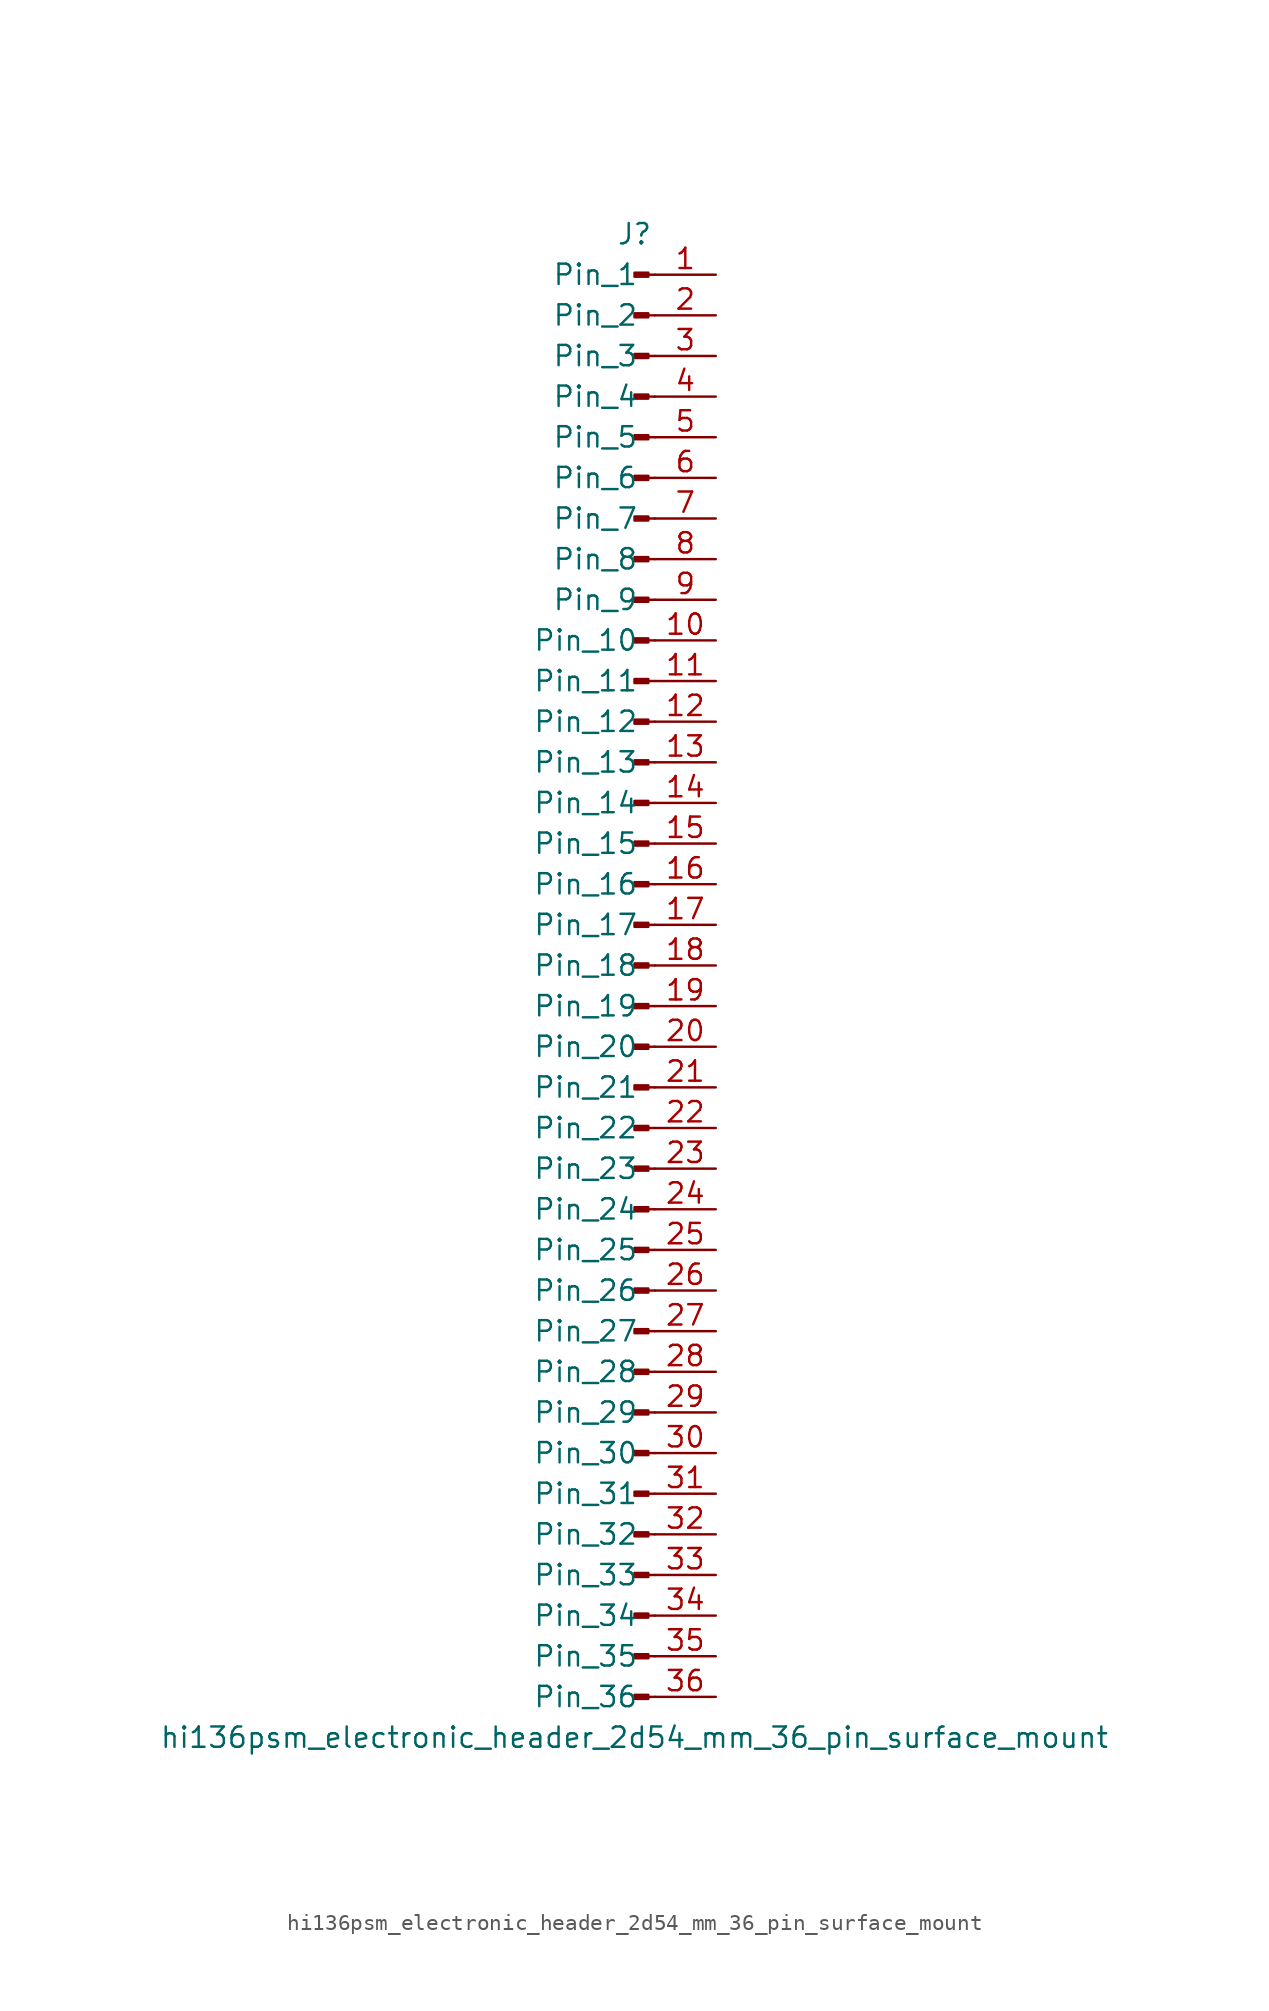
<source format=kicad_sym>
(kicad_symbol_lib
  (version 20220914)
  (generator kicad_symbol_editor)
  (symbol "hi136psm_electronic_header_2d54_mm_36_pin_surface_mount"
    (pin_names
      (offset 1.016))
    (property "Reference" "J"
      (at 0 45.72 0)
      (effects (font (size 1.27 1.27))))
    (property "Value" "hi136psm_electronic_header_2d54_mm_36_pin_surface_mount"
      (at 0 -48.26 0)
      (effects (font (size 1.27 1.27))))
    (property "ki_locked" ""
      (at 0 0 0)
      (effects (font (size 1.27 1.27))))
    (symbol "hi136psm_electronic_header_2d54_mm_36_pin_surface_mount_1_1"
      (polyline (pts (xy 1.27 -45.72) (xy 0.864 -45.72)) (stroke (width 0.152) (type default)) (fill (type none)))
      (polyline (pts (xy 1.27 -43.18) (xy 0.864 -43.18)) (stroke (width 0.152) (type default)) (fill (type none)))
      (polyline (pts (xy 1.27 -40.64) (xy 0.864 -40.64)) (stroke (width 0.152) (type default)) (fill (type none)))
      (polyline (pts (xy 1.27 -38.1) (xy 0.864 -38.1)) (stroke (width 0.152) (type default)) (fill (type none)))
      (polyline (pts (xy 1.27 -35.56) (xy 0.864 -35.56)) (stroke (width 0.152) (type default)) (fill (type none)))
      (polyline (pts (xy 1.27 -33.02) (xy 0.864 -33.02)) (stroke (width 0.152) (type default)) (fill (type none)))
      (polyline (pts (xy 1.27 -30.48) (xy 0.864 -30.48)) (stroke (width 0.152) (type default)) (fill (type none)))
      (polyline (pts (xy 1.27 -27.94) (xy 0.864 -27.94)) (stroke (width 0.152) (type default)) (fill (type none)))
      (polyline (pts (xy 1.27 -25.4) (xy 0.864 -25.4)) (stroke (width 0.152) (type default)) (fill (type none)))
      (polyline (pts (xy 1.27 -22.86) (xy 0.864 -22.86)) (stroke (width 0.152) (type default)) (fill (type none)))
      (polyline (pts (xy 1.27 -20.32) (xy 0.864 -20.32)) (stroke (width 0.152) (type default)) (fill (type none)))
      (polyline (pts (xy 1.27 -17.78) (xy 0.864 -17.78)) (stroke (width 0.152) (type default)) (fill (type none)))
      (polyline (pts (xy 1.27 -15.24) (xy 0.864 -15.24)) (stroke (width 0.152) (type default)) (fill (type none)))
      (polyline (pts (xy 1.27 -12.7) (xy 0.864 -12.7)) (stroke (width 0.152) (type default)) (fill (type none)))
      (polyline (pts (xy 1.27 -10.16) (xy 0.864 -10.16)) (stroke (width 0.152) (type default)) (fill (type none)))
      (polyline (pts (xy 1.27 -7.62) (xy 0.864 -7.62)) (stroke (width 0.152) (type default)) (fill (type none)))
      (polyline (pts (xy 1.27 -5.08) (xy 0.864 -5.08)) (stroke (width 0.152) (type default)) (fill (type none)))
      (polyline (pts (xy 1.27 -2.54) (xy 0.864 -2.54)) (stroke (width 0.152) (type default)) (fill (type none)))
      (polyline (pts (xy 1.27 0) (xy 0.864 0)) (stroke (width 0.152) (type default)) (fill (type none)))
      (polyline (pts (xy 1.27 2.54) (xy 0.864 2.54)) (stroke (width 0.152) (type default)) (fill (type none)))
      (polyline (pts (xy 1.27 5.08) (xy 0.864 5.08)) (stroke (width 0.152) (type default)) (fill (type none)))
      (polyline (pts (xy 1.27 7.62) (xy 0.864 7.62)) (stroke (width 0.152) (type default)) (fill (type none)))
      (polyline (pts (xy 1.27 10.16) (xy 0.864 10.16)) (stroke (width 0.152) (type default)) (fill (type none)))
      (polyline (pts (xy 1.27 12.7) (xy 0.864 12.7)) (stroke (width 0.152) (type default)) (fill (type none)))
      (polyline (pts (xy 1.27 15.24) (xy 0.864 15.24)) (stroke (width 0.152) (type default)) (fill (type none)))
      (polyline (pts (xy 1.27 17.78) (xy 0.864 17.78)) (stroke (width 0.152) (type default)) (fill (type none)))
      (polyline (pts (xy 1.27 20.32) (xy 0.864 20.32)) (stroke (width 0.152) (type default)) (fill (type none)))
      (polyline (pts (xy 1.27 22.86) (xy 0.864 22.86)) (stroke (width 0.152) (type default)) (fill (type none)))
      (polyline (pts (xy 1.27 25.4) (xy 0.864 25.4)) (stroke (width 0.152) (type default)) (fill (type none)))
      (polyline (pts (xy 1.27 27.94) (xy 0.864 27.94)) (stroke (width 0.152) (type default)) (fill (type none)))
      (polyline (pts (xy 1.27 30.48) (xy 0.864 30.48)) (stroke (width 0.152) (type default)) (fill (type none)))
      (polyline (pts (xy 1.27 33.02) (xy 0.864 33.02)) (stroke (width 0.152) (type default)) (fill (type none)))
      (polyline (pts (xy 1.27 35.56) (xy 0.864 35.56)) (stroke (width 0.152) (type default)) (fill (type none)))
      (polyline (pts (xy 1.27 38.1) (xy 0.864 38.1)) (stroke (width 0.152) (type default)) (fill (type none)))
      (polyline (pts (xy 1.27 40.64) (xy 0.864 40.64)) (stroke (width 0.152) (type default)) (fill (type none)))
      (polyline (pts (xy 1.27 43.18) (xy 0.864 43.18)) (stroke (width 0.152) (type default)) (fill (type none)))
      (rectangle (start 0.864 -45.593) (end 0 -45.847) (stroke (width 0.152) (type default)) (fill (type outline)))
      (rectangle (start 0.864 -43.053) (end 0 -43.307) (stroke (width 0.152) (type default)) (fill (type outline)))
      (rectangle (start 0.864 -40.513) (end 0 -40.767) (stroke (width 0.152) (type default)) (fill (type outline)))
      (rectangle (start 0.864 -37.973) (end 0 -38.227) (stroke (width 0.152) (type default)) (fill (type outline)))
      (rectangle (start 0.864 -35.433) (end 0 -35.687) (stroke (width 0.152) (type default)) (fill (type outline)))
      (rectangle (start 0.864 -32.893) (end 0 -33.147) (stroke (width 0.152) (type default)) (fill (type outline)))
      (rectangle (start 0.864 -30.353) (end 0 -30.607) (stroke (width 0.152) (type default)) (fill (type outline)))
      (rectangle (start 0.864 -27.813) (end 0 -28.067) (stroke (width 0.152) (type default)) (fill (type outline)))
      (rectangle (start 0.864 -25.273) (end 0 -25.527) (stroke (width 0.152) (type default)) (fill (type outline)))
      (rectangle (start 0.864 -22.733) (end 0 -22.987) (stroke (width 0.152) (type default)) (fill (type outline)))
      (rectangle (start 0.864 -20.193) (end 0 -20.447) (stroke (width 0.152) (type default)) (fill (type outline)))
      (rectangle (start 0.864 -17.653) (end 0 -17.907) (stroke (width 0.152) (type default)) (fill (type outline)))
      (rectangle (start 0.864 -15.113) (end 0 -15.367) (stroke (width 0.152) (type default)) (fill (type outline)))
      (rectangle (start 0.864 -12.573) (end 0 -12.827) (stroke (width 0.152) (type default)) (fill (type outline)))
      (rectangle (start 0.864 -10.033) (end 0 -10.287) (stroke (width 0.152) (type default)) (fill (type outline)))
      (rectangle (start 0.864 -7.493) (end 0 -7.747) (stroke (width 0.152) (type default)) (fill (type outline)))
      (rectangle (start 0.864 -4.953) (end 0 -5.207) (stroke (width 0.152) (type default)) (fill (type outline)))
      (rectangle (start 0.864 -2.413) (end 0 -2.667) (stroke (width 0.152) (type default)) (fill (type outline)))
      (rectangle (start 0.864 0.127) (end 0 -0.127) (stroke (width 0.152) (type default)) (fill (type outline)))
      (rectangle (start 0.864 2.667) (end 0 2.413) (stroke (width 0.152) (type default)) (fill (type outline)))
      (rectangle (start 0.864 5.207) (end 0 4.953) (stroke (width 0.152) (type default)) (fill (type outline)))
      (rectangle (start 0.864 7.747) (end 0 7.493) (stroke (width 0.152) (type default)) (fill (type outline)))
      (rectangle (start 0.864 10.287) (end 0 10.033) (stroke (width 0.152) (type default)) (fill (type outline)))
      (rectangle (start 0.864 12.827) (end 0 12.573) (stroke (width 0.152) (type default)) (fill (type outline)))
      (rectangle (start 0.864 15.367) (end 0 15.113) (stroke (width 0.152) (type default)) (fill (type outline)))
      (rectangle (start 0.864 17.907) (end 0 17.653) (stroke (width 0.152) (type default)) (fill (type outline)))
      (rectangle (start 0.864 20.447) (end 0 20.193) (stroke (width 0.152) (type default)) (fill (type outline)))
      (rectangle (start 0.864 22.987) (end 0 22.733) (stroke (width 0.152) (type default)) (fill (type outline)))
      (rectangle (start 0.864 25.527) (end 0 25.273) (stroke (width 0.152) (type default)) (fill (type outline)))
      (rectangle (start 0.864 28.067) (end 0 27.813) (stroke (width 0.152) (type default)) (fill (type outline)))
      (rectangle (start 0.864 30.607) (end 0 30.353) (stroke (width 0.152) (type default)) (fill (type outline)))
      (rectangle (start 0.864 33.147) (end 0 32.893) (stroke (width 0.152) (type default)) (fill (type outline)))
      (rectangle (start 0.864 35.687) (end 0 35.433) (stroke (width 0.152) (type default)) (fill (type outline)))
      (rectangle (start 0.864 38.227) (end 0 37.973) (stroke (width 0.152) (type default)) (fill (type outline)))
      (rectangle (start 0.864 40.767) (end 0 40.513) (stroke (width 0.152) (type default)) (fill (type outline)))
      (rectangle (start 0.864 43.307) (end 0 43.053) (stroke (width 0.152) (type default)) (fill (type outline)))
      (pin passive line (at 5.08 43.18 180) (length 3.81) (name "Pin_1" (effects (font (size 1.27 1.27)))) (number "1" (effects (font (size 1.27 1.27)))))
      (pin passive line (at 5.08 20.32 180) (length 3.81) (name "Pin_10" (effects (font (size 1.27 1.27)))) (number "10" (effects (font (size 1.27 1.27)))))
      (pin passive line (at 5.08 17.78 180) (length 3.81) (name "Pin_11" (effects (font (size 1.27 1.27)))) (number "11" (effects (font (size 1.27 1.27)))))
      (pin passive line (at 5.08 15.24 180) (length 3.81) (name "Pin_12" (effects (font (size 1.27 1.27)))) (number "12" (effects (font (size 1.27 1.27)))))
      (pin passive line (at 5.08 12.7 180) (length 3.81) (name "Pin_13" (effects (font (size 1.27 1.27)))) (number "13" (effects (font (size 1.27 1.27)))))
      (pin passive line (at 5.08 10.16 180) (length 3.81) (name "Pin_14" (effects (font (size 1.27 1.27)))) (number "14" (effects (font (size 1.27 1.27)))))
      (pin passive line (at 5.08 7.62 180) (length 3.81) (name "Pin_15" (effects (font (size 1.27 1.27)))) (number "15" (effects (font (size 1.27 1.27)))))
      (pin passive line (at 5.08 5.08 180) (length 3.81) (name "Pin_16" (effects (font (size 1.27 1.27)))) (number "16" (effects (font (size 1.27 1.27)))))
      (pin passive line (at 5.08 2.54 180) (length 3.81) (name "Pin_17" (effects (font (size 1.27 1.27)))) (number "17" (effects (font (size 1.27 1.27)))))
      (pin passive line (at 5.08 0 180) (length 3.81) (name "Pin_18" (effects (font (size 1.27 1.27)))) (number "18" (effects (font (size 1.27 1.27)))))
      (pin passive line (at 5.08 -2.54 180) (length 3.81) (name "Pin_19" (effects (font (size 1.27 1.27)))) (number "19" (effects (font (size 1.27 1.27)))))
      (pin passive line (at 5.08 40.64 180) (length 3.81) (name "Pin_2" (effects (font (size 1.27 1.27)))) (number "2" (effects (font (size 1.27 1.27)))))
      (pin passive line (at 5.08 -5.08 180) (length 3.81) (name "Pin_20" (effects (font (size 1.27 1.27)))) (number "20" (effects (font (size 1.27 1.27)))))
      (pin passive line (at 5.08 -7.62 180) (length 3.81) (name "Pin_21" (effects (font (size 1.27 1.27)))) (number "21" (effects (font (size 1.27 1.27)))))
      (pin passive line (at 5.08 -10.16 180) (length 3.81) (name "Pin_22" (effects (font (size 1.27 1.27)))) (number "22" (effects (font (size 1.27 1.27)))))
      (pin passive line (at 5.08 -12.7 180) (length 3.81) (name "Pin_23" (effects (font (size 1.27 1.27)))) (number "23" (effects (font (size 1.27 1.27)))))
      (pin passive line (at 5.08 -15.24 180) (length 3.81) (name "Pin_24" (effects (font (size 1.27 1.27)))) (number "24" (effects (font (size 1.27 1.27)))))
      (pin passive line (at 5.08 -17.78 180) (length 3.81) (name "Pin_25" (effects (font (size 1.27 1.27)))) (number "25" (effects (font (size 1.27 1.27)))))
      (pin passive line (at 5.08 -20.32 180) (length 3.81) (name "Pin_26" (effects (font (size 1.27 1.27)))) (number "26" (effects (font (size 1.27 1.27)))))
      (pin passive line (at 5.08 -22.86 180) (length 3.81) (name "Pin_27" (effects (font (size 1.27 1.27)))) (number "27" (effects (font (size 1.27 1.27)))))
      (pin passive line (at 5.08 -25.4 180) (length 3.81) (name "Pin_28" (effects (font (size 1.27 1.27)))) (number "28" (effects (font (size 1.27 1.27)))))
      (pin passive line (at 5.08 -27.94 180) (length 3.81) (name "Pin_29" (effects (font (size 1.27 1.27)))) (number "29" (effects (font (size 1.27 1.27)))))
      (pin passive line (at 5.08 38.1 180) (length 3.81) (name "Pin_3" (effects (font (size 1.27 1.27)))) (number "3" (effects (font (size 1.27 1.27)))))
      (pin passive line (at 5.08 -30.48 180) (length 3.81) (name "Pin_30" (effects (font (size 1.27 1.27)))) (number "30" (effects (font (size 1.27 1.27)))))
      (pin passive line (at 5.08 -33.02 180) (length 3.81) (name "Pin_31" (effects (font (size 1.27 1.27)))) (number "31" (effects (font (size 1.27 1.27)))))
      (pin passive line (at 5.08 -35.56 180) (length 3.81) (name "Pin_32" (effects (font (size 1.27 1.27)))) (number "32" (effects (font (size 1.27 1.27)))))
      (pin passive line (at 5.08 -38.1 180) (length 3.81) (name "Pin_33" (effects (font (size 1.27 1.27)))) (number "33" (effects (font (size 1.27 1.27)))))
      (pin passive line (at 5.08 -40.64 180) (length 3.81) (name "Pin_34" (effects (font (size 1.27 1.27)))) (number "34" (effects (font (size 1.27 1.27)))))
      (pin passive line (at 5.08 -43.18 180) (length 3.81) (name "Pin_35" (effects (font (size 1.27 1.27)))) (number "35" (effects (font (size 1.27 1.27)))))
      (pin passive line (at 5.08 -45.72 180) (length 3.81) (name "Pin_36" (effects (font (size 1.27 1.27)))) (number "36" (effects (font (size 1.27 1.27)))))
      (pin passive line (at 5.08 35.56 180) (length 3.81) (name "Pin_4" (effects (font (size 1.27 1.27)))) (number "4" (effects (font (size 1.27 1.27)))))
      (pin passive line (at 5.08 33.02 180) (length 3.81) (name "Pin_5" (effects (font (size 1.27 1.27)))) (number "5" (effects (font (size 1.27 1.27)))))
      (pin passive line (at 5.08 30.48 180) (length 3.81) (name "Pin_6" (effects (font (size 1.27 1.27)))) (number "6" (effects (font (size 1.27 1.27)))))
      (pin passive line (at 5.08 27.94 180) (length 3.81) (name "Pin_7" (effects (font (size 1.27 1.27)))) (number "7" (effects (font (size 1.27 1.27)))))
      (pin passive line (at 5.08 25.4 180) (length 3.81) (name "Pin_8" (effects (font (size 1.27 1.27)))) (number "8" (effects (font (size 1.27 1.27)))))
      (pin passive line (at 5.08 22.86 180) (length 3.81) (name "Pin_9" (effects (font (size 1.27 1.27)))) (number "9" (effects (font (size 1.27 1.27))))))))
</source>
